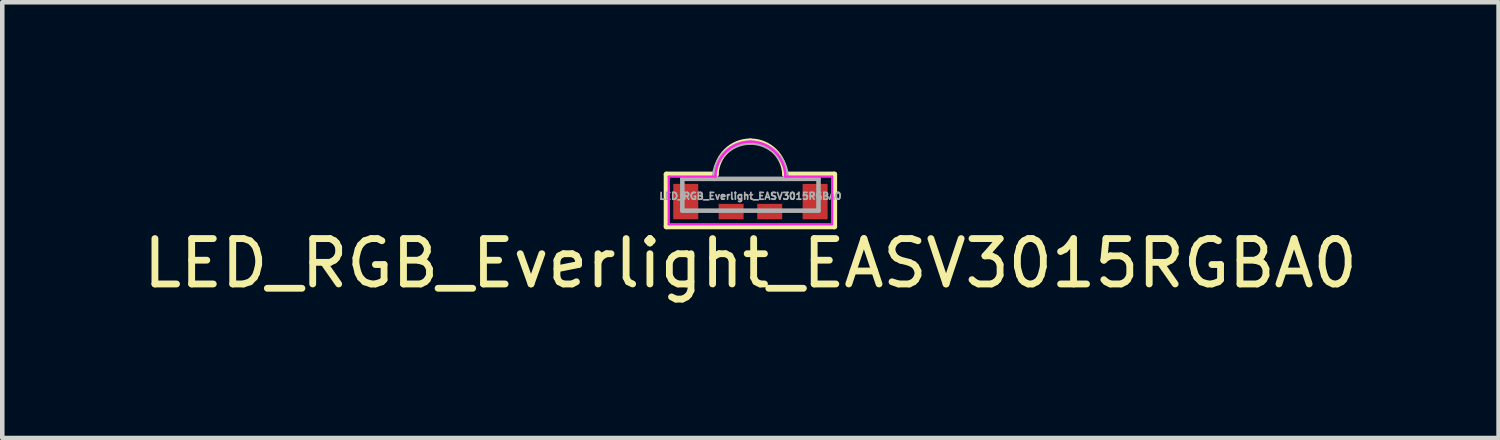
<source format=kicad_pcb>
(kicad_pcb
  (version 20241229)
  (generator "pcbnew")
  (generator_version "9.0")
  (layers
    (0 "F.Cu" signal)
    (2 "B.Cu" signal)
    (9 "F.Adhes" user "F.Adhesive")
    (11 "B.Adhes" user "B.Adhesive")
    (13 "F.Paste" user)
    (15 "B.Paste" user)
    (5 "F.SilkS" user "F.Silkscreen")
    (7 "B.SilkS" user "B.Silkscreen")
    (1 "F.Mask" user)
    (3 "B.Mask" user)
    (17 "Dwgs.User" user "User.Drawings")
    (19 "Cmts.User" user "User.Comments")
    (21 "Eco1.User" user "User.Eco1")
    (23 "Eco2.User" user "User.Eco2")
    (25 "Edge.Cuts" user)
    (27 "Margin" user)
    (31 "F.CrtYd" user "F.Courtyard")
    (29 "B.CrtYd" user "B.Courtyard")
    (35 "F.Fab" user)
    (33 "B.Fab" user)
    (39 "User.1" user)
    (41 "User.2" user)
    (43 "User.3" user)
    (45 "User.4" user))
  (footprint "LED_RGB_Everlight_EASV3015RGBA0"
    (layer "F.Cu")
    (at 13.482 1.391)
    (property "Reference" "LED_RGB_Everlight_EASV3015RGBA0" (at 0 1.36 0) (layer "F.SilkS") (effects (font (size 1 1) (thickness 0.15))))
    (attr smd)
    (fp_line (start -1.85 -0.6) (end -1.85 0.55) (stroke (width 0.12) (type solid)) (layer "F.SilkS"))
    (fp_line (start -1.85 -0.6) (end -0.76 -0.6) (stroke (width 0.12) (type solid)) (layer "F.SilkS"))
    (fp_line (start -1.85 0.55) (end 1.85 0.55) (stroke (width 0.12) (type solid)) (layer "F.SilkS"))
    (fp_line (start 0.76 -0.6) (end 1.85 -0.6) (stroke (width 0.12) (type solid)) (layer "F.SilkS"))
    (fp_line (start 1.85 -0.6) (end 1.85 0.55) (stroke (width 0.12) (type solid)) (layer "F.SilkS"))
    (fp_arc (start -0.76 -0.6) (mid -0.527064 -1.118364) (end 0.000117 -1.330592) (stroke (width 0.12) (type solid)) (layer "F.SilkS"))
    (fp_arc (start 0 -1.33) (mid 0.526681 -1.117911) (end 0.759407 -0.600018) (stroke (width 0.12) (type solid)) (layer "F.SilkS"))
    (fp_line (start -1.8 -0.55) (end -0.77 -0.55) (stroke (width 0.05) (type solid)) (layer "F.CrtYd"))
    (fp_line (start -1.8 0.5) (end -1.8 -0.55) (stroke (width 0.05) (type solid)) (layer "F.CrtYd"))
    (fp_line (start -1.8 0.5) (end 1.8 0.5) (stroke (width 0.05) (type solid)) (layer "F.CrtYd"))
    (fp_line (start 0.77 -0.55) (end 1.8 -0.55) (stroke (width 0.05) (type solid)) (layer "F.CrtYd"))
    (fp_line (start 1.8 0.5) (end 1.8 -0.55) (stroke (width 0.05) (type solid)) (layer "F.CrtYd"))
    (fp_arc (start -0.77 -0.55) (mid -0.544472 -1.094472) (end 0 -1.32) (stroke (width 0.05) (type solid)) (layer "F.CrtYd"))
    (fp_arc (start 0 -1.32) (mid 0.544472 -1.094472) (end 0.77 -0.55) (stroke (width 0.05) (type solid)) (layer "F.CrtYd"))
    (fp_line (start -1.5 -0.5) (end -1.5 0.2) (stroke (width 0.1) (type solid)) (layer "F.Fab"))
    (fp_line (start -1.5 0.2) (end 1.5 0.2) (stroke (width 0.1) (type solid)) (layer "F.Fab"))
    (fp_line (start 1.5 -0.5) (end -1.5 -0.5) (stroke (width 0.1) (type solid)) (layer "F.Fab"))
    (fp_line (start 1.5 0.2) (end 1.5 -0.5) (stroke (width 0.1) (type solid)) (layer "F.Fab"))
    (fp_arc (start -0.8 -0.5) (mid -0.565685 -1.065685) (end 0 -1.3) (stroke (width 0.1) (type solid)) (layer "F.Fab"))
    (fp_arc (start 0 -1.3) (mid 0.565685 -1.065685) (end 0.8 -0.5) (stroke (width 0.1) (type solid)) (layer "F.Fab"))
    (fp_text user "${REFERENCE}" (at 0 -0.12 0) (layer "F.Fab") (effects (font (size 0.15 0.15) (thickness 0.037))))
    (pad "1" smd rect (at 1.425 0) (size 0.55 0.78) (layers "F.Cu" "F.Mask" "F.Paste"))
    (pad "2" smd rect (at 0.425 0.22) (size 0.55 0.34) (layers "F.Cu" "F.Mask" "F.Paste"))
    (pad "3" smd rect (at -0.425 0.22) (size 0.55 0.34) (layers "F.Cu" "F.Mask" "F.Paste"))
    (pad "4" smd rect (at -1.425 0) (size 0.55 0.78) (layers "F.Cu" "F.Mask" "F.Paste")))
  (gr_rect
    (start -3 -3)
    (end 29.964 6.599)
    (stroke (width 0.1) (type default))
    (fill no)
    (layer "Edge.Cuts")))
</source>
